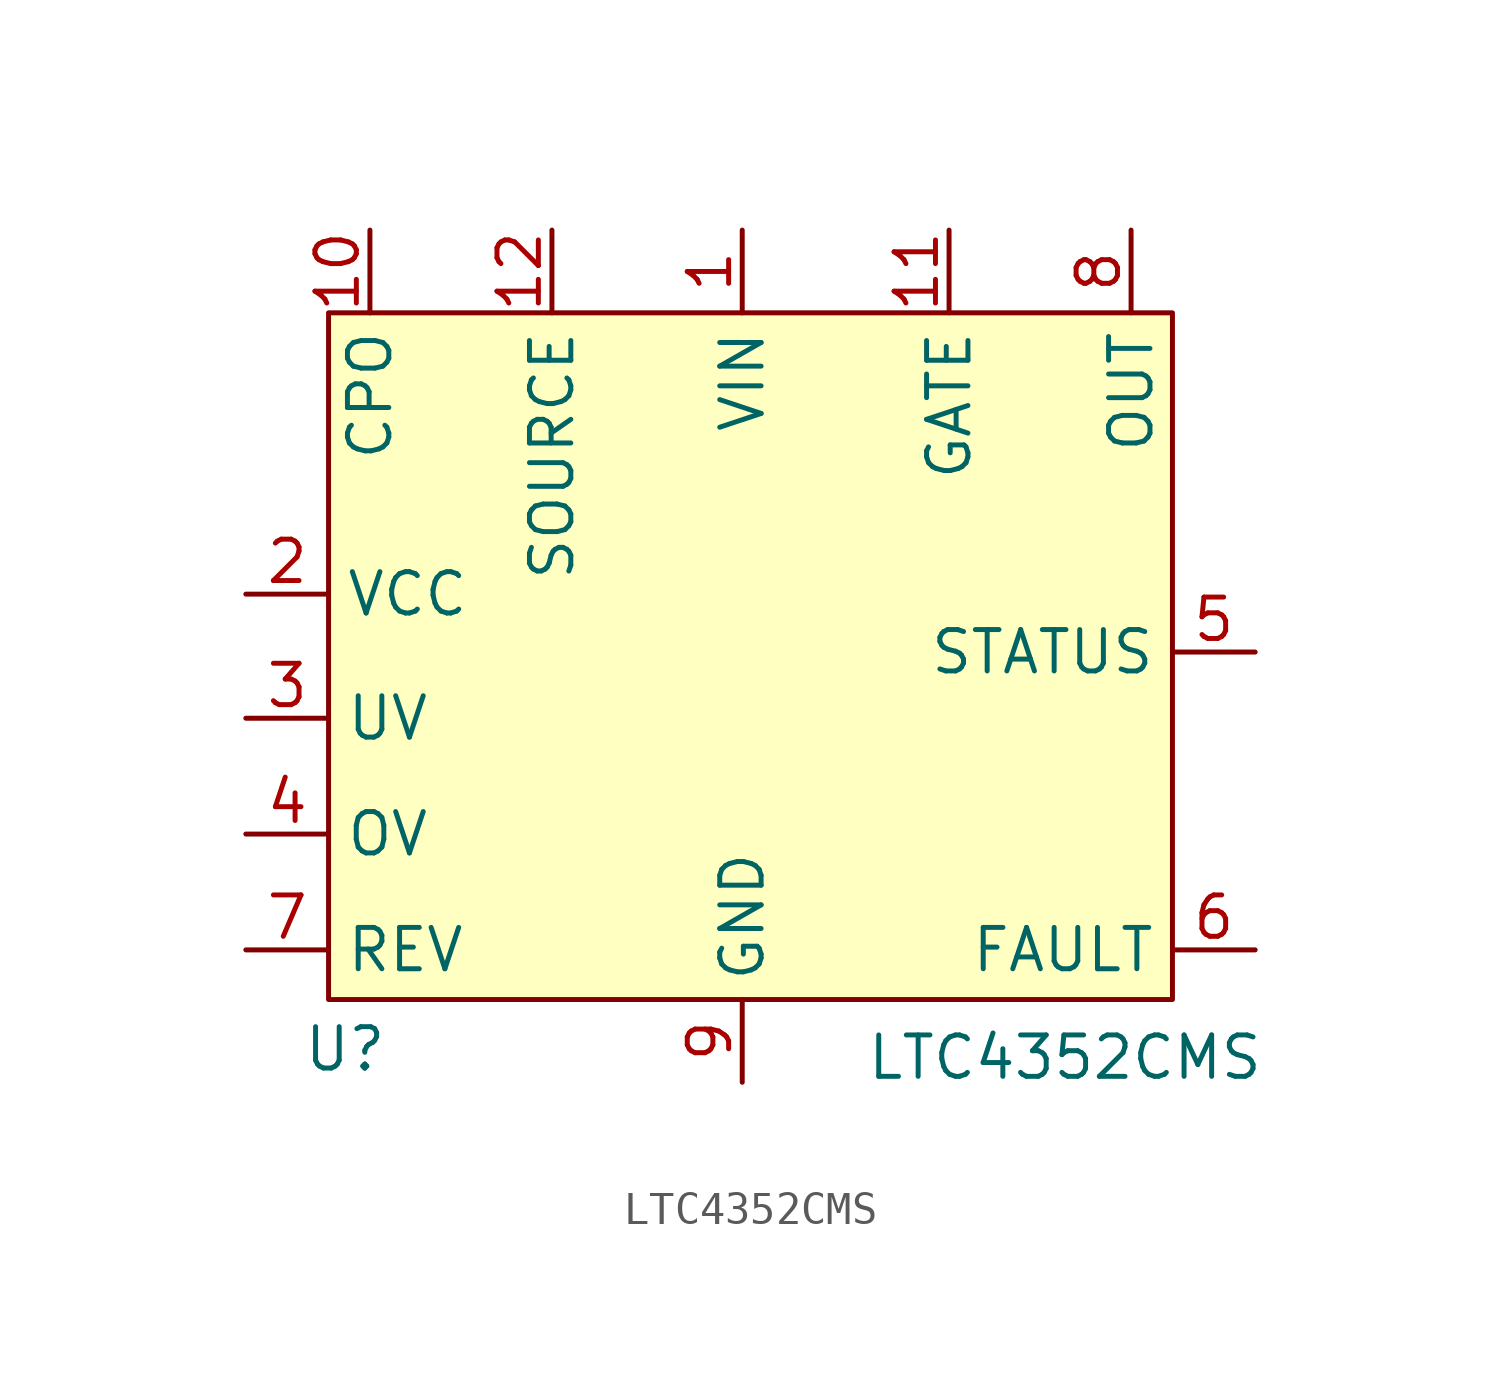
<source format=kicad_sym>
(kicad_symbol_lib
  (version 20220914)
  (generator kicad_symbol_editor)
  (symbol "LTC4352CMS"
    (property "Reference" "U"
      (at -12.192 -11.938 0)
      (effects (font (size 1.27 1.27))))
    (property "Value" "LTC4352CMS"
      (at 9.906 -12.192 0)
      (effects (font (size 1.27 1.27))))
    (symbol "LTC4352CMS_1_1"
      (rectangle (start -12.7 10.668) (end 13.208 -10.414) (stroke (width 0) (type default)) (fill (type background)))
      (pin power_in line (at 0 13.208 270) (length 2.54) (name "VIN" (effects (font (size 1.27 1.27)))) (number "1" (effects (font (size 1.27 1.27)))))
      (pin input line (at -11.43 13.208 270) (length 2.54) (name "CPO" (effects (font (size 1.27 1.27)))) (number "10" (effects (font (size 1.27 1.27)))))
      (pin output line (at 6.35 13.208 270) (length 2.54) (name "GATE" (effects (font (size 1.27 1.27)))) (number "11" (effects (font (size 1.27 1.27)))))
      (pin input line (at -5.842 13.208 270) (length 2.54) (name "SOURCE" (effects (font (size 1.27 1.27)))) (number "12" (effects (font (size 1.27 1.27)))))
      (pin power_in line (at -15.24 2.032 0) (length 2.54) (name "VCC" (effects (font (size 1.27 1.27)))) (number "2" (effects (font (size 1.27 1.27)))))
      (pin power_in line (at -15.24 -1.778 0) (length 2.54) (name "UV" (effects (font (size 1.27 1.27)))) (number "3" (effects (font (size 1.27 1.27)))))
      (pin power_in line (at -15.24 -5.334 0) (length 2.54) (name "OV" (effects (font (size 1.27 1.27)))) (number "4" (effects (font (size 1.27 1.27)))))
      (pin output line (at 15.748 0.254 180) (length 2.54) (name "STATUS" (effects (font (size 1.27 1.27)))) (number "5" (effects (font (size 1.27 1.27)))))
      (pin output line (at 15.748 -8.89 180) (length 2.54) (name "FAULT" (effects (font (size 1.27 1.27)))) (number "6" (effects (font (size 1.27 1.27)))))
      (pin input line (at -15.24 -8.89 0) (length 2.54) (name "REV" (effects (font (size 1.27 1.27)))) (number "7" (effects (font (size 1.27 1.27)))))
      (pin output line (at 11.938 13.208 270) (length 2.54) (name "OUT" (effects (font (size 1.27 1.27)))) (number "8" (effects (font (size 1.27 1.27)))))
      (pin power_in line (at 0 -12.954 90) (length 2.54) (name "GND" (effects (font (size 1.27 1.27)))) (number "9" (effects (font (size 1.27 1.27))))))))
</source>
